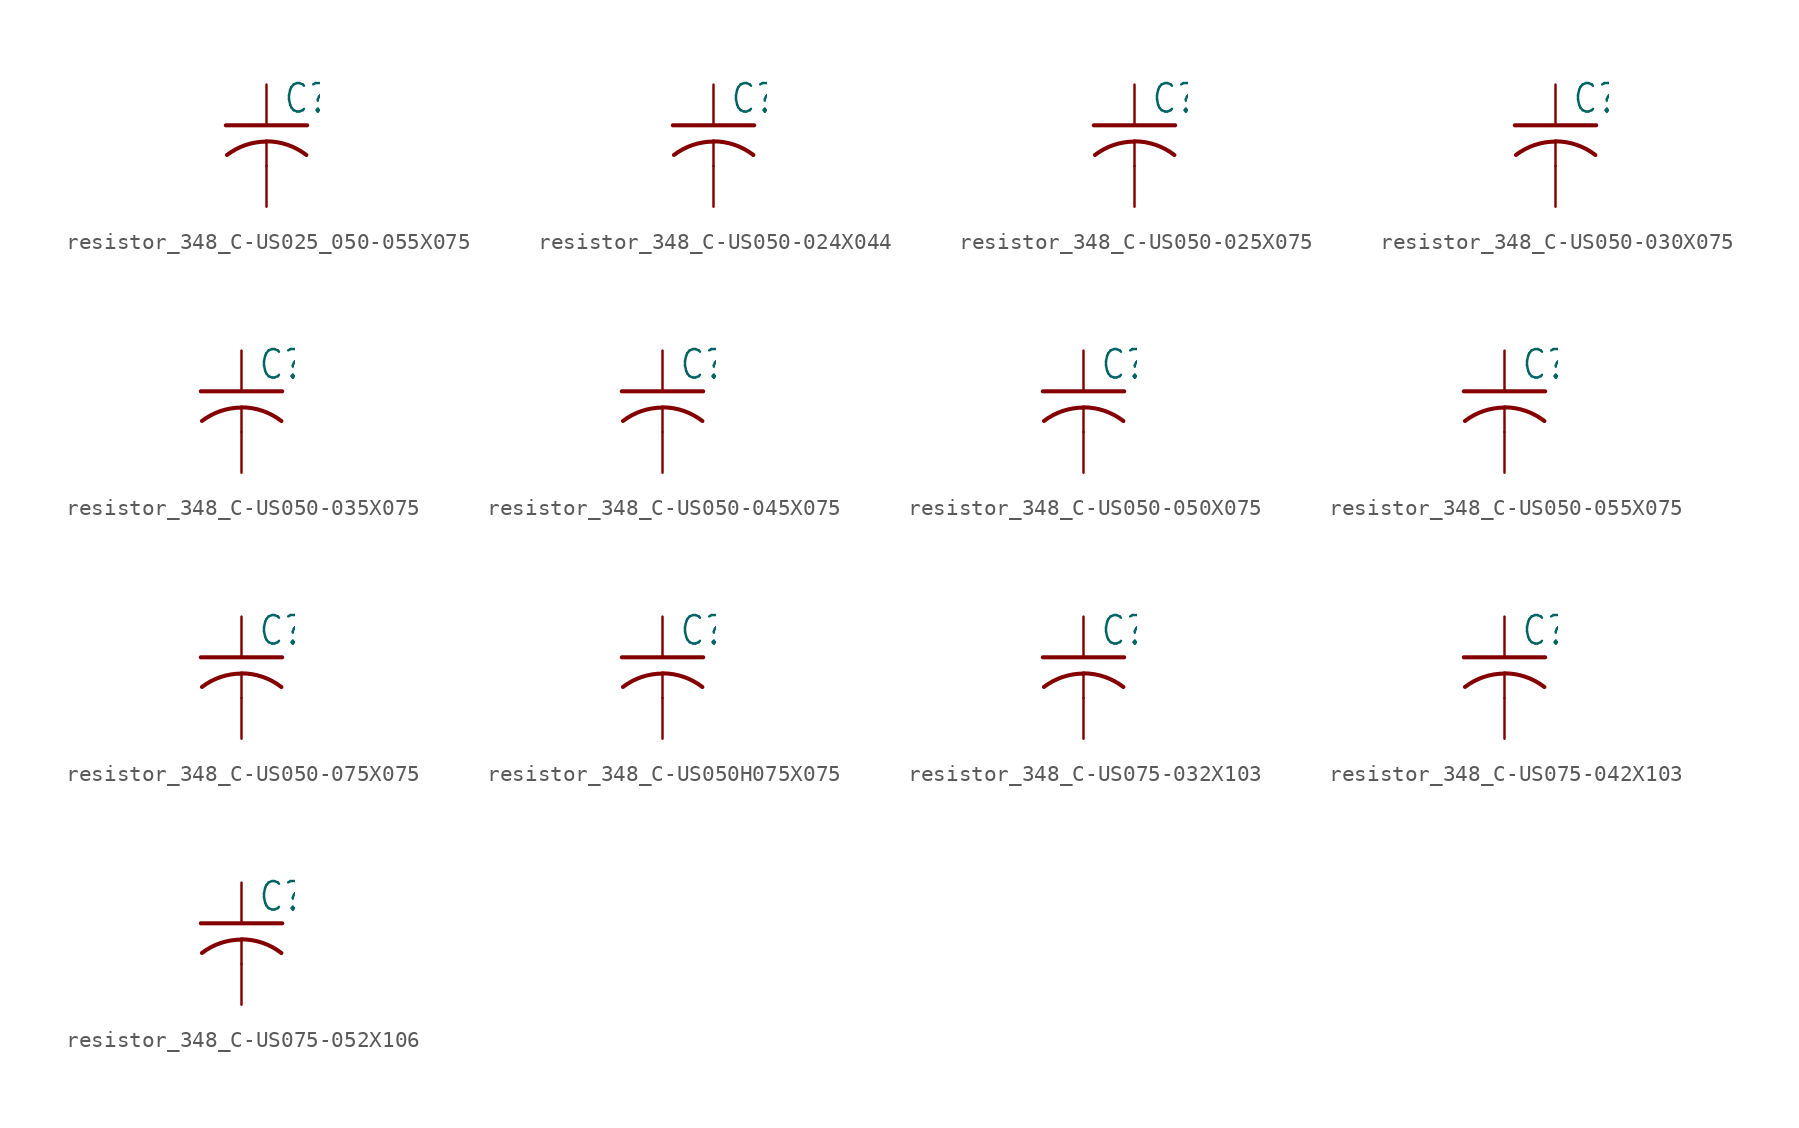
<source format=kicad_sym>
(kicad_symbol_lib
  (version 20241209)
  (generator "kicad_symbol_editor")
  (generator_version "9.0")
  (symbol "resistor_348_C-US025_050-055X075"
    (property "Reference" "C"
      (at 1.016 0.635 0)
      (effects (font (size 1.778 1.511)) (justify left bottom)))
    (property "Value" ""
      (at 1.016 -4.191 0)
      (effects (font (size 1.778 1.511)) (justify left bottom)))
    (property "ki_locked" ""
      (at 0 0 0)
      (effects (font (size 1.27 1.27))))
    (symbol "resistor_348_C-US025_050-055X075_1_0"
      (polyline (pts (xy -2.54 0) (xy 2.54 0)) (stroke (width 0.254) (type solid)) (fill (type none)))
      (polyline (pts (xy 0 -1.016) (xy 0 -2.54)) (stroke (width 0.152) (type solid)) (fill (type none)))
      (arc (start 0 -1) (mid 1.3158 -1.2195) (end 2.4892 -1.8541) (stroke (width 0.254) (type solid)) (fill (type none)))
      (arc (start -2.4668 -1.8504) (mid -1.302 -1.2303) (end 0 -1.0161) (stroke (width 0.254) (type solid)) (fill (type none)))
      (pin passive line (at 0 2.54 270) (length 2.54) (name "1" (effects (font (size 0 0)))) (number "1" (effects (font (size 0 0)))))
      (pin passive line (at 0 -5.08 90) (length 2.54) (name "2" (effects (font (size 0 0)))) (number "2" (effects (font (size 0 0)))))))
  (symbol "resistor_348_C-US050-024X044"
    (property "Reference" "C"
      (at 1.016 0.635 0)
      (effects (font (size 1.778 1.511)) (justify left bottom)))
    (property "Value" ""
      (at 1.016 -4.191 0)
      (effects (font (size 1.778 1.511)) (justify left bottom)))
    (property "ki_locked" ""
      (at 0 0 0)
      (effects (font (size 1.27 1.27))))
    (symbol "resistor_348_C-US050-024X044_1_0"
      (polyline (pts (xy -2.54 0) (xy 2.54 0)) (stroke (width 0.254) (type solid)) (fill (type none)))
      (polyline (pts (xy 0 -1.016) (xy 0 -2.54)) (stroke (width 0.152) (type solid)) (fill (type none)))
      (arc (start 0 -1) (mid 1.3158 -1.2195) (end 2.4892 -1.8541) (stroke (width 0.254) (type solid)) (fill (type none)))
      (arc (start -2.4668 -1.8504) (mid -1.302 -1.2303) (end 0 -1.0161) (stroke (width 0.254) (type solid)) (fill (type none)))
      (pin passive line (at 0 2.54 270) (length 2.54) (name "1" (effects (font (size 0 0)))) (number "1" (effects (font (size 0 0)))))
      (pin passive line (at 0 -5.08 90) (length 2.54) (name "2" (effects (font (size 0 0)))) (number "2" (effects (font (size 0 0)))))))
  (symbol "resistor_348_C-US050-025X075"
    (property "Reference" "C"
      (at 1.016 0.635 0)
      (effects (font (size 1.778 1.511)) (justify left bottom)))
    (property "Value" ""
      (at 1.016 -4.191 0)
      (effects (font (size 1.778 1.511)) (justify left bottom)))
    (property "ki_locked" ""
      (at 0 0 0)
      (effects (font (size 1.27 1.27))))
    (symbol "resistor_348_C-US050-025X075_1_0"
      (polyline (pts (xy -2.54 0) (xy 2.54 0)) (stroke (width 0.254) (type solid)) (fill (type none)))
      (polyline (pts (xy 0 -1.016) (xy 0 -2.54)) (stroke (width 0.152) (type solid)) (fill (type none)))
      (arc (start 0 -1) (mid 1.3158 -1.2195) (end 2.4892 -1.8541) (stroke (width 0.254) (type solid)) (fill (type none)))
      (arc (start -2.4668 -1.8504) (mid -1.302 -1.2303) (end 0 -1.0161) (stroke (width 0.254) (type solid)) (fill (type none)))
      (pin passive line (at 0 2.54 270) (length 2.54) (name "1" (effects (font (size 0 0)))) (number "1" (effects (font (size 0 0)))))
      (pin passive line (at 0 -5.08 90) (length 2.54) (name "2" (effects (font (size 0 0)))) (number "2" (effects (font (size 0 0)))))))
  (symbol "resistor_348_C-US050-030X075"
    (property "Reference" "C"
      (at 1.016 0.635 0)
      (effects (font (size 1.778 1.511)) (justify left bottom)))
    (property "Value" ""
      (at 1.016 -4.191 0)
      (effects (font (size 1.778 1.511)) (justify left bottom)))
    (property "ki_locked" ""
      (at 0 0 0)
      (effects (font (size 1.27 1.27))))
    (symbol "resistor_348_C-US050-030X075_1_0"
      (polyline (pts (xy -2.54 0) (xy 2.54 0)) (stroke (width 0.254) (type solid)) (fill (type none)))
      (polyline (pts (xy 0 -1.016) (xy 0 -2.54)) (stroke (width 0.152) (type solid)) (fill (type none)))
      (arc (start 0 -1) (mid 1.3158 -1.2195) (end 2.4892 -1.8541) (stroke (width 0.254) (type solid)) (fill (type none)))
      (arc (start -2.4668 -1.8504) (mid -1.302 -1.2303) (end 0 -1.0161) (stroke (width 0.254) (type solid)) (fill (type none)))
      (pin passive line (at 0 2.54 270) (length 2.54) (name "1" (effects (font (size 0 0)))) (number "1" (effects (font (size 0 0)))))
      (pin passive line (at 0 -5.08 90) (length 2.54) (name "2" (effects (font (size 0 0)))) (number "2" (effects (font (size 0 0)))))))
  (symbol "resistor_348_C-US050-035X075"
    (property "Reference" "C"
      (at 1.016 0.635 0)
      (effects (font (size 1.778 1.511)) (justify left bottom)))
    (property "Value" ""
      (at 1.016 -4.191 0)
      (effects (font (size 1.778 1.511)) (justify left bottom)))
    (property "ki_locked" ""
      (at 0 0 0)
      (effects (font (size 1.27 1.27))))
    (symbol "resistor_348_C-US050-035X075_1_0"
      (polyline (pts (xy -2.54 0) (xy 2.54 0)) (stroke (width 0.254) (type solid)) (fill (type none)))
      (polyline (pts (xy 0 -1.016) (xy 0 -2.54)) (stroke (width 0.152) (type solid)) (fill (type none)))
      (arc (start 0 -1) (mid 1.3158 -1.2195) (end 2.4892 -1.8541) (stroke (width 0.254) (type solid)) (fill (type none)))
      (arc (start -2.4668 -1.8504) (mid -1.302 -1.2303) (end 0 -1.0161) (stroke (width 0.254) (type solid)) (fill (type none)))
      (pin passive line (at 0 2.54 270) (length 2.54) (name "1" (effects (font (size 0 0)))) (number "1" (effects (font (size 0 0)))))
      (pin passive line (at 0 -5.08 90) (length 2.54) (name "2" (effects (font (size 0 0)))) (number "2" (effects (font (size 0 0)))))))
  (symbol "resistor_348_C-US050-045X075"
    (property "Reference" "C"
      (at 1.016 0.635 0)
      (effects (font (size 1.778 1.511)) (justify left bottom)))
    (property "Value" ""
      (at 1.016 -4.191 0)
      (effects (font (size 1.778 1.511)) (justify left bottom)))
    (property "ki_locked" ""
      (at 0 0 0)
      (effects (font (size 1.27 1.27))))
    (symbol "resistor_348_C-US050-045X075_1_0"
      (polyline (pts (xy -2.54 0) (xy 2.54 0)) (stroke (width 0.254) (type solid)) (fill (type none)))
      (polyline (pts (xy 0 -1.016) (xy 0 -2.54)) (stroke (width 0.152) (type solid)) (fill (type none)))
      (arc (start 0 -1) (mid 1.3158 -1.2195) (end 2.4892 -1.8541) (stroke (width 0.254) (type solid)) (fill (type none)))
      (arc (start -2.4668 -1.8504) (mid -1.302 -1.2303) (end 0 -1.0161) (stroke (width 0.254) (type solid)) (fill (type none)))
      (pin passive line (at 0 2.54 270) (length 2.54) (name "1" (effects (font (size 0 0)))) (number "1" (effects (font (size 0 0)))))
      (pin passive line (at 0 -5.08 90) (length 2.54) (name "2" (effects (font (size 0 0)))) (number "2" (effects (font (size 0 0)))))))
  (symbol "resistor_348_C-US050-050X075"
    (property "Reference" "C"
      (at 1.016 0.635 0)
      (effects (font (size 1.778 1.511)) (justify left bottom)))
    (property "Value" ""
      (at 1.016 -4.191 0)
      (effects (font (size 1.778 1.511)) (justify left bottom)))
    (property "ki_locked" ""
      (at 0 0 0)
      (effects (font (size 1.27 1.27))))
    (symbol "resistor_348_C-US050-050X075_1_0"
      (polyline (pts (xy -2.54 0) (xy 2.54 0)) (stroke (width 0.254) (type solid)) (fill (type none)))
      (polyline (pts (xy 0 -1.016) (xy 0 -2.54)) (stroke (width 0.152) (type solid)) (fill (type none)))
      (arc (start 0 -1) (mid 1.3158 -1.2195) (end 2.4892 -1.8541) (stroke (width 0.254) (type solid)) (fill (type none)))
      (arc (start -2.4668 -1.8504) (mid -1.302 -1.2303) (end 0 -1.0161) (stroke (width 0.254) (type solid)) (fill (type none)))
      (pin passive line (at 0 2.54 270) (length 2.54) (name "1" (effects (font (size 0 0)))) (number "1" (effects (font (size 0 0)))))
      (pin passive line (at 0 -5.08 90) (length 2.54) (name "2" (effects (font (size 0 0)))) (number "2" (effects (font (size 0 0)))))))
  (symbol "resistor_348_C-US050-055X075"
    (property "Reference" "C"
      (at 1.016 0.635 0)
      (effects (font (size 1.778 1.511)) (justify left bottom)))
    (property "Value" ""
      (at 1.016 -4.191 0)
      (effects (font (size 1.778 1.511)) (justify left bottom)))
    (property "ki_locked" ""
      (at 0 0 0)
      (effects (font (size 1.27 1.27))))
    (symbol "resistor_348_C-US050-055X075_1_0"
      (polyline (pts (xy -2.54 0) (xy 2.54 0)) (stroke (width 0.254) (type solid)) (fill (type none)))
      (polyline (pts (xy 0 -1.016) (xy 0 -2.54)) (stroke (width 0.152) (type solid)) (fill (type none)))
      (arc (start 0 -1) (mid 1.3158 -1.2195) (end 2.4892 -1.8541) (stroke (width 0.254) (type solid)) (fill (type none)))
      (arc (start -2.4668 -1.8504) (mid -1.302 -1.2303) (end 0 -1.0161) (stroke (width 0.254) (type solid)) (fill (type none)))
      (pin passive line (at 0 2.54 270) (length 2.54) (name "1" (effects (font (size 0 0)))) (number "1" (effects (font (size 0 0)))))
      (pin passive line (at 0 -5.08 90) (length 2.54) (name "2" (effects (font (size 0 0)))) (number "2" (effects (font (size 0 0)))))))
  (symbol "resistor_348_C-US050-075X075"
    (property "Reference" "C"
      (at 1.016 0.635 0)
      (effects (font (size 1.778 1.511)) (justify left bottom)))
    (property "Value" ""
      (at 1.016 -4.191 0)
      (effects (font (size 1.778 1.511)) (justify left bottom)))
    (property "ki_locked" ""
      (at 0 0 0)
      (effects (font (size 1.27 1.27))))
    (symbol "resistor_348_C-US050-075X075_1_0"
      (polyline (pts (xy -2.54 0) (xy 2.54 0)) (stroke (width 0.254) (type solid)) (fill (type none)))
      (polyline (pts (xy 0 -1.016) (xy 0 -2.54)) (stroke (width 0.152) (type solid)) (fill (type none)))
      (arc (start 0 -1) (mid 1.3158 -1.2195) (end 2.4892 -1.8541) (stroke (width 0.254) (type solid)) (fill (type none)))
      (arc (start -2.4668 -1.8504) (mid -1.302 -1.2303) (end 0 -1.0161) (stroke (width 0.254) (type solid)) (fill (type none)))
      (pin passive line (at 0 2.54 270) (length 2.54) (name "1" (effects (font (size 0 0)))) (number "1" (effects (font (size 0 0)))))
      (pin passive line (at 0 -5.08 90) (length 2.54) (name "2" (effects (font (size 0 0)))) (number "2" (effects (font (size 0 0)))))))
  (symbol "resistor_348_C-US050H075X075"
    (property "Reference" "C"
      (at 1.016 0.635 0)
      (effects (font (size 1.778 1.511)) (justify left bottom)))
    (property "Value" ""
      (at 1.016 -4.191 0)
      (effects (font (size 1.778 1.511)) (justify left bottom)))
    (property "ki_locked" ""
      (at 0 0 0)
      (effects (font (size 1.27 1.27))))
    (symbol "resistor_348_C-US050H075X075_1_0"
      (polyline (pts (xy -2.54 0) (xy 2.54 0)) (stroke (width 0.254) (type solid)) (fill (type none)))
      (polyline (pts (xy 0 -1.016) (xy 0 -2.54)) (stroke (width 0.152) (type solid)) (fill (type none)))
      (arc (start 0 -1) (mid 1.3158 -1.2195) (end 2.4892 -1.8541) (stroke (width 0.254) (type solid)) (fill (type none)))
      (arc (start -2.4668 -1.8504) (mid -1.302 -1.2303) (end 0 -1.0161) (stroke (width 0.254) (type solid)) (fill (type none)))
      (pin passive line (at 0 2.54 270) (length 2.54) (name "1" (effects (font (size 0 0)))) (number "1" (effects (font (size 0 0)))))
      (pin passive line (at 0 -5.08 90) (length 2.54) (name "2" (effects (font (size 0 0)))) (number "2" (effects (font (size 0 0)))))))
  (symbol "resistor_348_C-US075-032X103"
    (property "Reference" "C"
      (at 1.016 0.635 0)
      (effects (font (size 1.778 1.511)) (justify left bottom)))
    (property "Value" ""
      (at 1.016 -4.191 0)
      (effects (font (size 1.778 1.511)) (justify left bottom)))
    (property "ki_locked" ""
      (at 0 0 0)
      (effects (font (size 1.27 1.27))))
    (symbol "resistor_348_C-US075-032X103_1_0"
      (polyline (pts (xy -2.54 0) (xy 2.54 0)) (stroke (width 0.254) (type solid)) (fill (type none)))
      (polyline (pts (xy 0 -1.016) (xy 0 -2.54)) (stroke (width 0.152) (type solid)) (fill (type none)))
      (arc (start 0 -1) (mid 1.3158 -1.2195) (end 2.4892 -1.8541) (stroke (width 0.254) (type solid)) (fill (type none)))
      (arc (start -2.4668 -1.8504) (mid -1.302 -1.2303) (end 0 -1.0161) (stroke (width 0.254) (type solid)) (fill (type none)))
      (pin passive line (at 0 2.54 270) (length 2.54) (name "1" (effects (font (size 0 0)))) (number "1" (effects (font (size 0 0)))))
      (pin passive line (at 0 -5.08 90) (length 2.54) (name "2" (effects (font (size 0 0)))) (number "2" (effects (font (size 0 0)))))))
  (symbol "resistor_348_C-US075-042X103"
    (property "Reference" "C"
      (at 1.016 0.635 0)
      (effects (font (size 1.778 1.511)) (justify left bottom)))
    (property "Value" ""
      (at 1.016 -4.191 0)
      (effects (font (size 1.778 1.511)) (justify left bottom)))
    (property "ki_locked" ""
      (at 0 0 0)
      (effects (font (size 1.27 1.27))))
    (symbol "resistor_348_C-US075-042X103_1_0"
      (polyline (pts (xy -2.54 0) (xy 2.54 0)) (stroke (width 0.254) (type solid)) (fill (type none)))
      (polyline (pts (xy 0 -1.016) (xy 0 -2.54)) (stroke (width 0.152) (type solid)) (fill (type none)))
      (arc (start 0 -1) (mid 1.3158 -1.2195) (end 2.4892 -1.8541) (stroke (width 0.254) (type solid)) (fill (type none)))
      (arc (start -2.4668 -1.8504) (mid -1.302 -1.2303) (end 0 -1.0161) (stroke (width 0.254) (type solid)) (fill (type none)))
      (pin passive line (at 0 2.54 270) (length 2.54) (name "1" (effects (font (size 0 0)))) (number "1" (effects (font (size 0 0)))))
      (pin passive line (at 0 -5.08 90) (length 2.54) (name "2" (effects (font (size 0 0)))) (number "2" (effects (font (size 0 0)))))))
  (symbol "resistor_348_C-US075-052X106"
    (property "Reference" "C"
      (at 1.016 0.635 0)
      (effects (font (size 1.778 1.511)) (justify left bottom)))
    (property "Value" ""
      (at 1.016 -4.191 0)
      (effects (font (size 1.778 1.511)) (justify left bottom)))
    (property "ki_locked" ""
      (at 0 0 0)
      (effects (font (size 1.27 1.27))))
    (symbol "resistor_348_C-US075-052X106_1_0"
      (polyline (pts (xy -2.54 0) (xy 2.54 0)) (stroke (width 0.254) (type solid)) (fill (type none)))
      (polyline (pts (xy 0 -1.016) (xy 0 -2.54)) (stroke (width 0.152) (type solid)) (fill (type none)))
      (arc (start 0 -1) (mid 1.3158 -1.2195) (end 2.4892 -1.8541) (stroke (width 0.254) (type solid)) (fill (type none)))
      (arc (start -2.4668 -1.8504) (mid -1.302 -1.2303) (end 0 -1.0161) (stroke (width 0.254) (type solid)) (fill (type none)))
      (pin passive line (at 0 2.54 270) (length 2.54) (name "1" (effects (font (size 0 0)))) (number "1" (effects (font (size 0 0)))))
      (pin passive line (at 0 -5.08 90) (length 2.54) (name "2" (effects (font (size 0 0)))) (number "2" (effects (font (size 0 0))))))))
</source>
